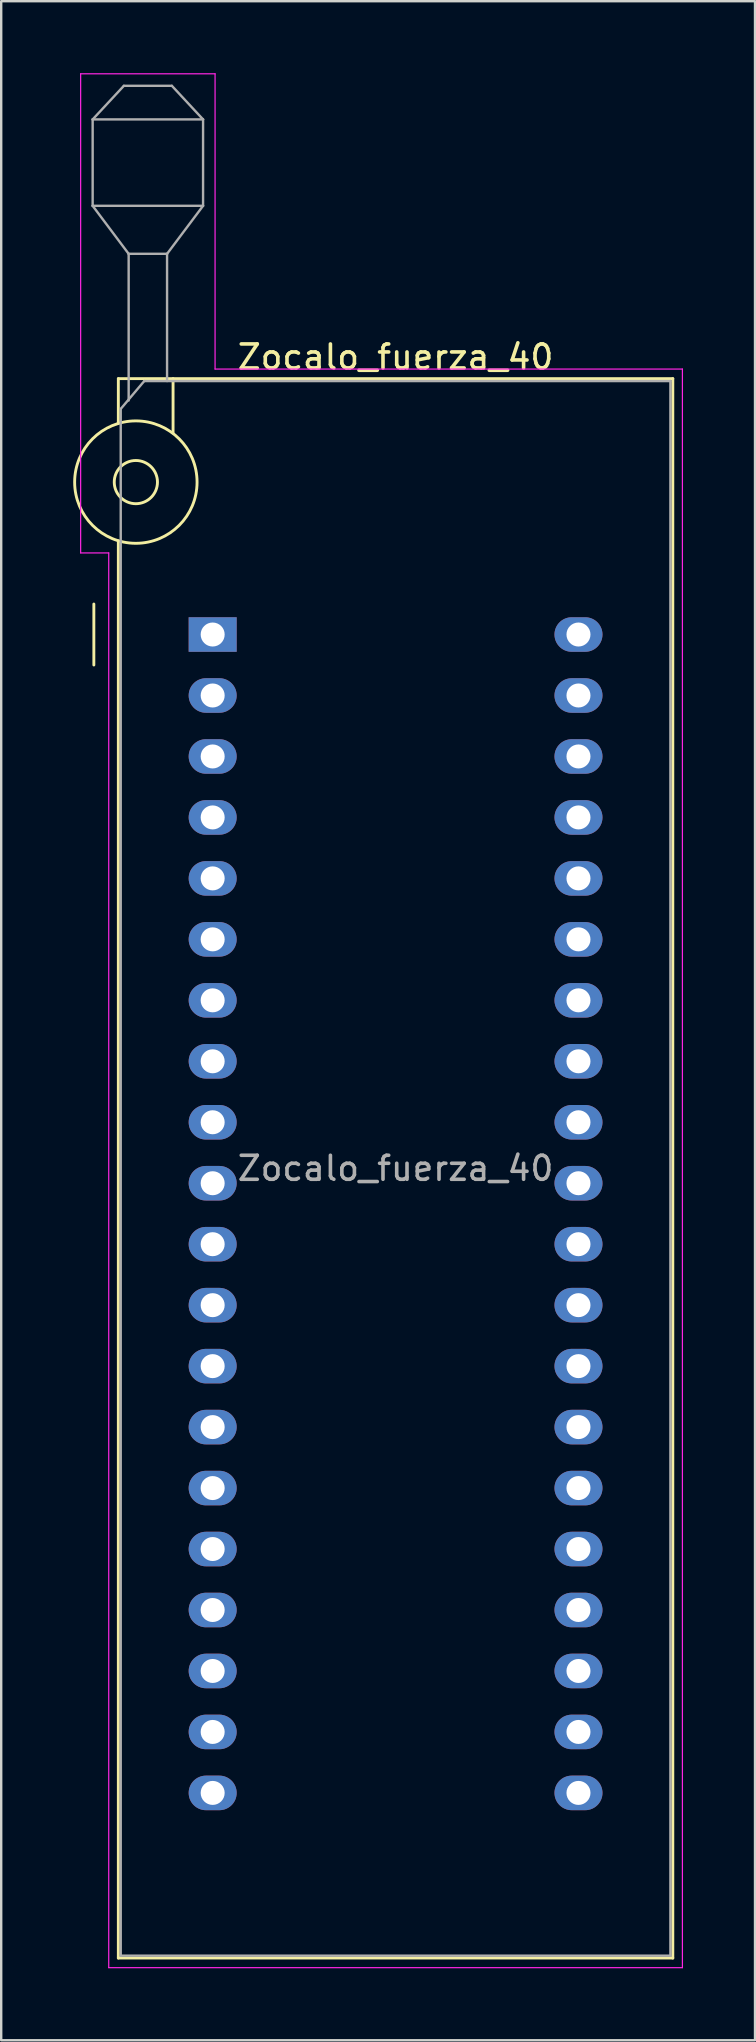
<source format=kicad_pcb>
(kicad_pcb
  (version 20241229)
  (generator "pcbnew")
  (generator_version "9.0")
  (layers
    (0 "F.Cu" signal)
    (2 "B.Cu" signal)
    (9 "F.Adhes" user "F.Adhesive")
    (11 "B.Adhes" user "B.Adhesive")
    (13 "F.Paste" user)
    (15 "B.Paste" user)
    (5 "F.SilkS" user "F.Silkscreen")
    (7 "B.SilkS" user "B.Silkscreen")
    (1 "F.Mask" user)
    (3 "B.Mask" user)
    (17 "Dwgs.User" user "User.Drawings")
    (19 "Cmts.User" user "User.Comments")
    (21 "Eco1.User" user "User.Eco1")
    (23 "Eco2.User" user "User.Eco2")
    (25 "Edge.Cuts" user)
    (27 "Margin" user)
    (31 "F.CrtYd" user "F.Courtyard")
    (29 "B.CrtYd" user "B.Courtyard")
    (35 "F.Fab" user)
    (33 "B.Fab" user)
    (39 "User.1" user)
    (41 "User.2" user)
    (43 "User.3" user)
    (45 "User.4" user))
  (footprint "Zocalo_fuerza_40"
    (layer "F.Cu")
    (at 5.81 23.385)
    (property "Reference" "Zocalo_fuerza_40" (at 7.62 -11.56 0) (layer "F.SilkS") (effects (font (size 1 1) (thickness 0.15))))
    (attr through_hole)
    (fp_line (start -4.95 1.27) (end -4.95 -1.27) (stroke (width 0.12) (type solid)) (layer "F.SilkS"))
    (fp_line (start -3.93 -10.66) (end -3.93 -8.8) (stroke (width 0.12) (type solid)) (layer "F.SilkS"))
    (fp_line (start -3.93 -3.9) (end -3.93 55.14) (stroke (width 0.12) (type solid)) (layer "F.SilkS"))
    (fp_line (start -3.93 55.14) (end 19.17 55.14) (stroke (width 0.12) (type solid)) (layer "F.SilkS"))
    (fp_line (start -1.65 -10.66) (end -1.65 -8.4) (stroke (width 0.12) (type solid)) (layer "F.SilkS"))
    (fp_line (start 19.17 -10.66) (end -3.93 -10.66) (stroke (width 0.12) (type solid)) (layer "F.SilkS"))
    (fp_line (start 19.17 55.14) (end 19.17 -10.66) (stroke (width 0.12) (type solid)) (layer "F.SilkS"))
    (fp_circle (center -3.2 -6.35) (end -2.3 -6.35) (stroke (width 0.12) (type solid)) (fill no) (layer "F.SilkS"))
    (fp_circle (center -3.2 -6.35) (end -0.65 -6.35) (stroke (width 0.12) (type solid)) (fill no) (layer "F.SilkS"))
    (fp_line (start -5.5 -23.36) (end 0.1 -23.36) (stroke (width 0.05) (type solid)) (layer "F.CrtYd"))
    (fp_line (start -5.5 -3.4) (end -5.5 -23.36) (stroke (width 0.05) (type solid)) (layer "F.CrtYd"))
    (fp_line (start -4.33 -3.4) (end -5.5 -3.4) (stroke (width 0.05) (type solid)) (layer "F.CrtYd"))
    (fp_line (start -4.33 55.54) (end -4.33 -3.4) (stroke (width 0.05) (type solid)) (layer "F.CrtYd"))
    (fp_line (start 0.1 -23.36) (end 0.1 -11.06) (stroke (width 0.05) (type solid)) (layer "F.CrtYd"))
    (fp_line (start 0.1 -11.06) (end 19.57 -11.06) (stroke (width 0.05) (type solid)) (layer "F.CrtYd"))
    (fp_line (start 19.57 -11.06) (end 19.57 55.54) (stroke (width 0.05) (type solid)) (layer "F.CrtYd"))
    (fp_line (start 19.57 55.54) (end -4.33 55.54) (stroke (width 0.05) (type solid)) (layer "F.CrtYd"))
    (fp_line (start -5 -21.46) (end -5 -17.86) (stroke (width 0.1) (type solid)) (layer "F.Fab"))
    (fp_line (start -5 -21.46) (end -3.7 -22.86) (stroke (width 0.1) (type solid)) (layer "F.Fab"))
    (fp_line (start -5 -17.86) (end -3.5 -15.86) (stroke (width 0.1) (type solid)) (layer "F.Fab"))
    (fp_line (start -5 -17.86) (end -0.4 -17.86) (stroke (width 0.1) (type solid)) (layer "F.Fab"))
    (fp_line (start -3.83 -9.4) (end -2.85 -10.56) (stroke (width 0.1) (type solid)) (layer "F.Fab"))
    (fp_line (start -3.83 55.04) (end -3.83 -9.4) (stroke (width 0.1) (type solid)) (layer "F.Fab"))
    (fp_line (start -3.7 -22.86) (end -1.7 -22.86) (stroke (width 0.1) (type solid)) (layer "F.Fab"))
    (fp_line (start -3.5 -15.86) (end -1.9 -15.86) (stroke (width 0.1) (type solid)) (layer "F.Fab"))
    (fp_line (start -3.5 -9.75) (end -3.5 -15.86) (stroke (width 0.1) (type solid)) (layer "F.Fab"))
    (fp_line (start -2.85 -10.56) (end 19.07 -10.56) (stroke (width 0.1) (type solid)) (layer "F.Fab"))
    (fp_line (start -1.9 -15.86) (end -1.9 -10.56) (stroke (width 0.1) (type solid)) (layer "F.Fab"))
    (fp_line (start -1.7 -22.86) (end -0.4 -21.46) (stroke (width 0.1) (type solid)) (layer "F.Fab"))
    (fp_line (start -0.4 -21.46) (end -5 -21.46) (stroke (width 0.1) (type solid)) (layer "F.Fab"))
    (fp_line (start -0.4 -17.86) (end -1.9 -15.86) (stroke (width 0.1) (type solid)) (layer "F.Fab"))
    (fp_line (start -0.4 -17.86) (end -0.4 -21.46) (stroke (width 0.1) (type solid)) (layer "F.Fab"))
    (fp_line (start 19.07 -10.56) (end 19.07 55.04) (stroke (width 0.1) (type solid)) (layer "F.Fab"))
    (fp_line (start 19.07 55.04) (end -3.83 55.04) (stroke (width 0.1) (type solid)) (layer "F.Fab"))
    (fp_text user "${REFERENCE}" (at 7.62 22.24 0) (layer "F.Fab") (effects (font (size 1 1) (thickness 0.15))))
    (pad "1" thru_hole rect (at 0 0) (size 2 1.44) (drill 1) (layers "*.Cu" "*.Mask"))
    (pad "2" thru_hole oval (at 0 2.54) (size 2 1.44) (drill 1) (layers "*.Cu" "*.Mask"))
    (pad "3" thru_hole oval (at 0 5.08) (size 2 1.44) (drill 1) (layers "*.Cu" "*.Mask"))
    (pad "4" thru_hole oval (at 0 7.62) (size 2 1.44) (drill 1) (layers "*.Cu" "*.Mask"))
    (pad "5" thru_hole oval (at 0 10.16) (size 2 1.44) (drill 1) (layers "*.Cu" "*.Mask"))
    (pad "6" thru_hole oval (at 0 12.7) (size 2 1.44) (drill 1) (layers "*.Cu" "*.Mask"))
    (pad "7" thru_hole oval (at 0 15.24) (size 2 1.44) (drill 1) (layers "*.Cu" "*.Mask"))
    (pad "8" thru_hole oval (at 0 17.78) (size 2 1.44) (drill 1) (layers "*.Cu" "*.Mask"))
    (pad "9" thru_hole oval (at 0 20.32) (size 2 1.44) (drill 1) (layers "*.Cu" "*.Mask"))
    (pad "10" thru_hole oval (at 0 22.86) (size 2 1.44) (drill 1) (layers "*.Cu" "*.Mask"))
    (pad "11" thru_hole oval (at 0 25.4) (size 2 1.44) (drill 1) (layers "*.Cu" "*.Mask"))
    (pad "12" thru_hole oval (at 0 27.94) (size 2 1.44) (drill 1) (layers "*.Cu" "*.Mask"))
    (pad "13" thru_hole oval (at 0 30.48) (size 2 1.44) (drill 1) (layers "*.Cu" "*.Mask"))
    (pad "14" thru_hole oval (at 0 33.02) (size 2 1.44) (drill 1) (layers "*.Cu" "*.Mask"))
    (pad "15" thru_hole oval (at 15.24 33.02) (size 2 1.44) (drill 1) (layers "*.Cu" "*.Mask"))
    (pad "16" thru_hole oval (at 15.24 30.48) (size 2 1.44) (drill 1) (layers "*.Cu" "*.Mask"))
    (pad "17" thru_hole oval (at 15.24 27.94) (size 2 1.44) (drill 1) (layers "*.Cu" "*.Mask"))
    (pad "18" thru_hole oval (at 15.24 25.4) (size 2 1.44) (drill 1) (layers "*.Cu" "*.Mask"))
    (pad "19" thru_hole oval (at 15.24 22.86) (size 2 1.44) (drill 1) (layers "*.Cu" "*.Mask"))
    (pad "20" thru_hole oval (at 15.24 20.32) (size 2 1.44) (drill 1) (layers "*.Cu" "*.Mask"))
    (pad "21" thru_hole oval (at 15.24 17.78) (size 2 1.44) (drill 1) (layers "*.Cu" "*.Mask"))
    (pad "22" thru_hole oval (at 15.24 15.24) (size 2 1.44) (drill 1) (layers "*.Cu" "*.Mask"))
    (pad "23" thru_hole oval (at 15.24 12.7) (size 2 1.44) (drill 1) (layers "*.Cu" "*.Mask"))
    (pad "24" thru_hole oval (at 15.24 10.16) (size 2 1.44) (drill 1) (layers "*.Cu" "*.Mask"))
    (pad "25" thru_hole oval (at 15.24 7.62) (size 2 1.44) (drill 1) (layers "*.Cu" "*.Mask"))
    (pad "26" thru_hole oval (at 15.24 5.08) (size 2 1.44) (drill 1) (layers "*.Cu" "*.Mask"))
    (pad "27" thru_hole oval (at 15.24 2.54) (size 2 1.44) (drill 1) (layers "*.Cu" "*.Mask"))
    (pad "28" thru_hole oval (at 15.24 0) (size 2 1.44) (drill 1) (layers "*.Cu" "*.Mask"))
    (pad "x" thru_hole oval (at 0 35.56) (size 2 1.44) (drill 1) (layers "*.Cu" "*.Mask"))
    (pad "x" thru_hole oval (at 0 38.1) (size 2 1.44) (drill 1) (layers "*.Cu" "*.Mask"))
    (pad "x" thru_hole oval (at 0 40.64) (size 2 1.44) (drill 1) (layers "*.Cu" "*.Mask"))
    (pad "x" thru_hole oval (at 0 43.18) (size 2 1.44) (drill 1) (layers "*.Cu" "*.Mask"))
    (pad "x" thru_hole oval (at 0 45.72) (size 2 1.44) (drill 1) (layers "*.Cu" "*.Mask"))
    (pad "x" thru_hole oval (at 0 48.26) (size 2 1.44) (drill 1) (layers "*.Cu" "*.Mask"))
    (pad "x" thru_hole oval (at 15.24 35.56) (size 2 1.44) (drill 1) (layers "*.Cu" "*.Mask"))
    (pad "x" thru_hole oval (at 15.24 38.1) (size 2 1.44) (drill 1) (layers "*.Cu" "*.Mask"))
    (pad "x" thru_hole oval (at 15.24 40.64) (size 2 1.44) (drill 1) (layers "*.Cu" "*.Mask"))
    (pad "x" thru_hole oval (at 15.24 43.18) (size 2 1.44) (drill 1) (layers "*.Cu" "*.Mask"))
    (pad "x" thru_hole oval (at 15.24 45.72) (size 2 1.44) (drill 1) (layers "*.Cu" "*.Mask"))
    (pad "x" thru_hole oval (at 15.24 48.26) (size 2 1.44) (drill 1) (layers "*.Cu" "*.Mask")))
  (gr_rect
    (start -3 -3)
    (end 28.405 81.95)
    (stroke (width 0.1) (type default))
    (fill no)
    (layer "Edge.Cuts")))
</source>
